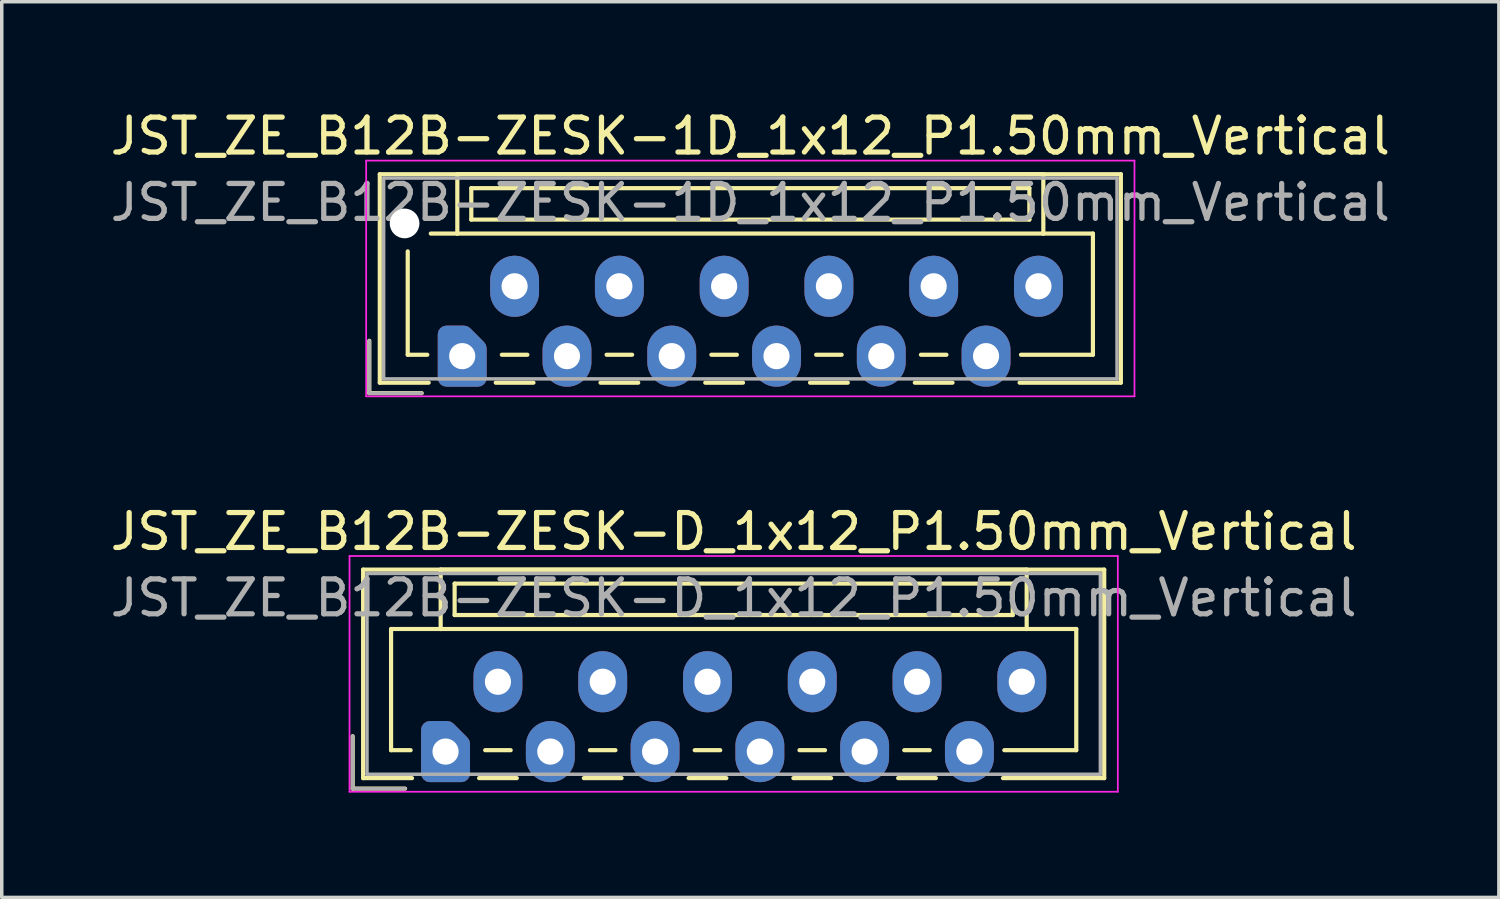
<source format=kicad_pcb>
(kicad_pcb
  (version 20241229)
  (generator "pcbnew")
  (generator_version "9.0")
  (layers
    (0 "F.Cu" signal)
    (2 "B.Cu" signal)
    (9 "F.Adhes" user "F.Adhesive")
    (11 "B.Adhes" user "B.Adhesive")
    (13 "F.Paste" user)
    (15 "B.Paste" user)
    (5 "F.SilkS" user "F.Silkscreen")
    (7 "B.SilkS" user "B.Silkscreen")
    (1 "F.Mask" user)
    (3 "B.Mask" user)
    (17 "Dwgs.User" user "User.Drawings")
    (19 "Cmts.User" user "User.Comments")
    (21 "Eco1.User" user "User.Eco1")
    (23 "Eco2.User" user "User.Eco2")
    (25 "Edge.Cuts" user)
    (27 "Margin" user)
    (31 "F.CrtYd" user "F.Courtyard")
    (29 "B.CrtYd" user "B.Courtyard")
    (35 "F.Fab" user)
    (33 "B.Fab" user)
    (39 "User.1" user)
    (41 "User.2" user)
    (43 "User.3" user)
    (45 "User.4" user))
  (footprint "JST_ZE_B12B-ZESK-1D_1x12_P1.50mm_Vertical"
    (layer "F.Cu")
    (at 10.185 7.148)
    (property "Reference" "JST_ZE_B12B-ZESK-1D_1x12_P1.50mm_Vertical" (at 8.25 -6.3 0) (layer "F.SilkS") (effects (font (size 1 1) (thickness 0.15))))
    (attr through_hole)
    (fp_line (start -2.66 -0.44) (end -2.66 1.06) (stroke (width 0.12) (type solid)) (layer "F.SilkS"))
    (fp_line (start -2.66 1.06) (end -1.16 1.06) (stroke (width 0.12) (type solid)) (layer "F.SilkS"))
    (fp_line (start -2.36 -5.21) (end 18.86 -5.21) (stroke (width 0.12) (type solid)) (layer "F.SilkS"))
    (fp_line (start -2.36 0.76) (end -2.36 -5.21) (stroke (width 0.12) (type solid)) (layer "F.SilkS"))
    (fp_line (start -1.56 -3) (end -1.56 -0.04) (stroke (width 0.12) (type solid)) (layer "F.SilkS"))
    (fp_line (start -1.56 -0.04) (end -1 -0.04) (stroke (width 0.12) (type solid)) (layer "F.SilkS"))
    (fp_line (start -0.96 0.76) (end -2.36 0.76) (stroke (width 0.12) (type solid)) (layer "F.SilkS"))
    (fp_line (start -0.14 -5.21) (end -0.14 -3.51) (stroke (width 0.12) (type solid)) (layer "F.SilkS"))
    (fp_line (start -0.14 -3.51) (end -0.9 -3.51) (stroke (width 0.12) (type solid)) (layer "F.SilkS"))
    (fp_line (start -0.14 -3.51) (end 16.64 -3.51) (stroke (width 0.12) (type solid)) (layer "F.SilkS"))
    (fp_line (start 0.26 -4.81) (end 0.26 -3.91) (stroke (width 0.12) (type solid)) (layer "F.SilkS"))
    (fp_line (start 0.26 -3.91) (end 16.24 -3.91) (stroke (width 0.12) (type solid)) (layer "F.SilkS"))
    (fp_line (start 0.96 0.76) (end 2.04 0.76) (stroke (width 0.12) (type solid)) (layer "F.SilkS"))
    (fp_line (start 1.135 -0.04) (end 1.865 -0.04) (stroke (width 0.12) (type solid)) (layer "F.SilkS"))
    (fp_line (start 3.96 0.76) (end 5.04 0.76) (stroke (width 0.12) (type solid)) (layer "F.SilkS"))
    (fp_line (start 4.135 -0.04) (end 4.865 -0.04) (stroke (width 0.12) (type solid)) (layer "F.SilkS"))
    (fp_line (start 6.96 0.76) (end 8.04 0.76) (stroke (width 0.12) (type solid)) (layer "F.SilkS"))
    (fp_line (start 7.135 -0.04) (end 7.865 -0.04) (stroke (width 0.12) (type solid)) (layer "F.SilkS"))
    (fp_line (start 9.96 0.76) (end 11.04 0.76) (stroke (width 0.12) (type solid)) (layer "F.SilkS"))
    (fp_line (start 10.135 -0.04) (end 10.865 -0.04) (stroke (width 0.12) (type solid)) (layer "F.SilkS"))
    (fp_line (start 12.96 0.76) (end 14.04 0.76) (stroke (width 0.12) (type solid)) (layer "F.SilkS"))
    (fp_line (start 13.135 -0.04) (end 13.865 -0.04) (stroke (width 0.12) (type solid)) (layer "F.SilkS"))
    (fp_line (start 16.24 -4.81) (end 0.26 -4.81) (stroke (width 0.12) (type solid)) (layer "F.SilkS"))
    (fp_line (start 16.24 -3.91) (end 16.24 -4.81) (stroke (width 0.12) (type solid)) (layer "F.SilkS"))
    (fp_line (start 16.64 -5.21) (end -0.14 -5.21) (stroke (width 0.12) (type solid)) (layer "F.SilkS"))
    (fp_line (start 16.64 -3.51) (end 16.64 -5.21) (stroke (width 0.12) (type solid)) (layer "F.SilkS"))
    (fp_line (start 16.64 -3.51) (end 18.06 -3.51) (stroke (width 0.12) (type solid)) (layer "F.SilkS"))
    (fp_line (start 18.06 -3.51) (end 18.06 -0.04) (stroke (width 0.12) (type solid)) (layer "F.SilkS"))
    (fp_line (start 18.06 -0.04) (end 16 -0.04) (stroke (width 0.12) (type solid)) (layer "F.SilkS"))
    (fp_line (start 18.86 -5.21) (end 18.86 0.76) (stroke (width 0.12) (type solid)) (layer "F.SilkS"))
    (fp_line (start 18.86 0.76) (end 15.96 0.76) (stroke (width 0.12) (type solid)) (layer "F.SilkS"))
    (fp_line (start -2.75 -5.6) (end -2.75 1.15) (stroke (width 0.05) (type solid)) (layer "F.CrtYd"))
    (fp_line (start -2.75 1.15) (end 19.25 1.15) (stroke (width 0.05) (type solid)) (layer "F.CrtYd"))
    (fp_line (start 19.25 -5.6) (end -2.75 -5.6) (stroke (width 0.05) (type solid)) (layer "F.CrtYd"))
    (fp_line (start 19.25 1.15) (end 19.25 -5.6) (stroke (width 0.05) (type solid)) (layer "F.CrtYd"))
    (fp_line (start -2.66 -0.44) (end -2.66 1.06) (stroke (width 0.1) (type solid)) (layer "F.Fab"))
    (fp_line (start -2.66 1.06) (end -1.16 1.06) (stroke (width 0.1) (type solid)) (layer "F.Fab"))
    (fp_line (start -2.25 -5.1) (end -2.25 0.65) (stroke (width 0.1) (type solid)) (layer "F.Fab"))
    (fp_line (start -2.25 0.65) (end 18.75 0.65) (stroke (width 0.1) (type solid)) (layer "F.Fab"))
    (fp_line (start 18.75 -5.1) (end -2.25 -5.1) (stroke (width 0.1) (type solid)) (layer "F.Fab"))
    (fp_line (start 18.75 0.65) (end 18.75 -5.1) (stroke (width 0.1) (type solid)) (layer "F.Fab"))
    (fp_text user "${REFERENCE}" (at 8.25 -4.4 0) (layer "F.Fab") (effects (font (size 1 1) (thickness 0.15))))
    (pad "" np_thru_hole circle (at -1.65 -3.8) (size 0.85 0.85) (drill 0.85) (layers "*.Cu" "*.Mask"))
    (pad "1" thru_hole custom (at 0 0) (size 1.117 1.117) (drill 0.75) (layers "*.Cu" "*.Mask") (options (anchor circle)) (primitives (gr_poly (pts (xy -0.45 -0.625) (xy 0.05 -0.625) (xy 0.45 -0.225) (xy 0.45 0.625) (xy -0.45 0.625)) (width 0.5) (fill yes))))
    (pad "2" thru_hole oval (at 1.5 -2) (size 1.4 1.75) (drill 0.75) (layers "*.Cu" "*.Mask"))
    (pad "3" thru_hole oval (at 3 0) (size 1.4 1.75) (drill 0.75) (layers "*.Cu" "*.Mask"))
    (pad "4" thru_hole oval (at 4.5 -2) (size 1.4 1.75) (drill 0.75) (layers "*.Cu" "*.Mask"))
    (pad "5" thru_hole oval (at 6 0) (size 1.4 1.75) (drill 0.75) (layers "*.Cu" "*.Mask"))
    (pad "6" thru_hole oval (at 7.5 -2) (size 1.4 1.75) (drill 0.75) (layers "*.Cu" "*.Mask"))
    (pad "7" thru_hole oval (at 9 0) (size 1.4 1.75) (drill 0.75) (layers "*.Cu" "*.Mask"))
    (pad "8" thru_hole oval (at 10.5 -2) (size 1.4 1.75) (drill 0.75) (layers "*.Cu" "*.Mask"))
    (pad "9" thru_hole oval (at 12 0) (size 1.4 1.75) (drill 0.75) (layers "*.Cu" "*.Mask"))
    (pad "10" thru_hole oval (at 13.5 -2) (size 1.4 1.75) (drill 0.75) (layers "*.Cu" "*.Mask"))
    (pad "11" thru_hole oval (at 15 0) (size 1.4 1.75) (drill 0.75) (layers "*.Cu" "*.Mask"))
    (pad "12" thru_hole oval (at 16.5 -2) (size 1.4 1.75) (drill 0.75) (layers "*.Cu" "*.Mask")))
  (footprint "JST_ZE_B12B-ZESK-D_1x12_P1.50mm_Vertical"
    (layer "F.Cu")
    (at 9.708 18.471)
    (property "Reference" "JST_ZE_B12B-ZESK-D_1x12_P1.50mm_Vertical" (at 8.25 -6.3 0) (layer "F.SilkS") (effects (font (size 1 1) (thickness 0.15))))
    (attr through_hole)
    (fp_line (start -2.66 -0.44) (end -2.66 1.06) (stroke (width 0.12) (type solid)) (layer "F.SilkS"))
    (fp_line (start -2.66 1.06) (end -1.16 1.06) (stroke (width 0.12) (type solid)) (layer "F.SilkS"))
    (fp_line (start -2.36 -5.21) (end 18.86 -5.21) (stroke (width 0.12) (type solid)) (layer "F.SilkS"))
    (fp_line (start -2.36 0.76) (end -2.36 -5.21) (stroke (width 0.12) (type solid)) (layer "F.SilkS"))
    (fp_line (start -1.56 -3.51) (end -1.56 -0.04) (stroke (width 0.12) (type solid)) (layer "F.SilkS"))
    (fp_line (start -1.56 -0.04) (end -1 -0.04) (stroke (width 0.12) (type solid)) (layer "F.SilkS"))
    (fp_line (start -0.96 0.76) (end -2.36 0.76) (stroke (width 0.12) (type solid)) (layer "F.SilkS"))
    (fp_line (start -0.14 -5.21) (end -0.14 -3.51) (stroke (width 0.12) (type solid)) (layer "F.SilkS"))
    (fp_line (start -0.14 -3.51) (end -1.56 -3.51) (stroke (width 0.12) (type solid)) (layer "F.SilkS"))
    (fp_line (start -0.14 -3.51) (end 16.64 -3.51) (stroke (width 0.12) (type solid)) (layer "F.SilkS"))
    (fp_line (start 0.26 -4.81) (end 0.26 -3.91) (stroke (width 0.12) (type solid)) (layer "F.SilkS"))
    (fp_line (start 0.26 -3.91) (end 16.24 -3.91) (stroke (width 0.12) (type solid)) (layer "F.SilkS"))
    (fp_line (start 0.96 0.76) (end 2.04 0.76) (stroke (width 0.12) (type solid)) (layer "F.SilkS"))
    (fp_line (start 1.135 -0.04) (end 1.865 -0.04) (stroke (width 0.12) (type solid)) (layer "F.SilkS"))
    (fp_line (start 3.96 0.76) (end 5.04 0.76) (stroke (width 0.12) (type solid)) (layer "F.SilkS"))
    (fp_line (start 4.135 -0.04) (end 4.865 -0.04) (stroke (width 0.12) (type solid)) (layer "F.SilkS"))
    (fp_line (start 6.96 0.76) (end 8.04 0.76) (stroke (width 0.12) (type solid)) (layer "F.SilkS"))
    (fp_line (start 7.135 -0.04) (end 7.865 -0.04) (stroke (width 0.12) (type solid)) (layer "F.SilkS"))
    (fp_line (start 9.96 0.76) (end 11.04 0.76) (stroke (width 0.12) (type solid)) (layer "F.SilkS"))
    (fp_line (start 10.135 -0.04) (end 10.865 -0.04) (stroke (width 0.12) (type solid)) (layer "F.SilkS"))
    (fp_line (start 12.96 0.76) (end 14.04 0.76) (stroke (width 0.12) (type solid)) (layer "F.SilkS"))
    (fp_line (start 13.135 -0.04) (end 13.865 -0.04) (stroke (width 0.12) (type solid)) (layer "F.SilkS"))
    (fp_line (start 16.24 -4.81) (end 0.26 -4.81) (stroke (width 0.12) (type solid)) (layer "F.SilkS"))
    (fp_line (start 16.24 -3.91) (end 16.24 -4.81) (stroke (width 0.12) (type solid)) (layer "F.SilkS"))
    (fp_line (start 16.64 -5.21) (end -0.14 -5.21) (stroke (width 0.12) (type solid)) (layer "F.SilkS"))
    (fp_line (start 16.64 -3.51) (end 16.64 -5.21) (stroke (width 0.12) (type solid)) (layer "F.SilkS"))
    (fp_line (start 16.64 -3.51) (end 18.06 -3.51) (stroke (width 0.12) (type solid)) (layer "F.SilkS"))
    (fp_line (start 18.06 -3.51) (end 18.06 -0.04) (stroke (width 0.12) (type solid)) (layer "F.SilkS"))
    (fp_line (start 18.06 -0.04) (end 16 -0.04) (stroke (width 0.12) (type solid)) (layer "F.SilkS"))
    (fp_line (start 18.86 -5.21) (end 18.86 0.76) (stroke (width 0.12) (type solid)) (layer "F.SilkS"))
    (fp_line (start 18.86 0.76) (end 15.96 0.76) (stroke (width 0.12) (type solid)) (layer "F.SilkS"))
    (fp_line (start -2.75 -5.6) (end -2.75 1.15) (stroke (width 0.05) (type solid)) (layer "F.CrtYd"))
    (fp_line (start -2.75 1.15) (end 19.25 1.15) (stroke (width 0.05) (type solid)) (layer "F.CrtYd"))
    (fp_line (start 19.25 -5.6) (end -2.75 -5.6) (stroke (width 0.05) (type solid)) (layer "F.CrtYd"))
    (fp_line (start 19.25 1.15) (end 19.25 -5.6) (stroke (width 0.05) (type solid)) (layer "F.CrtYd"))
    (fp_line (start -2.66 -0.44) (end -2.66 1.06) (stroke (width 0.1) (type solid)) (layer "F.Fab"))
    (fp_line (start -2.66 1.06) (end -1.16 1.06) (stroke (width 0.1) (type solid)) (layer "F.Fab"))
    (fp_line (start -2.25 -5.1) (end -2.25 0.65) (stroke (width 0.1) (type solid)) (layer "F.Fab"))
    (fp_line (start -2.25 0.65) (end 18.75 0.65) (stroke (width 0.1) (type solid)) (layer "F.Fab"))
    (fp_line (start 18.75 -5.1) (end -2.25 -5.1) (stroke (width 0.1) (type solid)) (layer "F.Fab"))
    (fp_line (start 18.75 0.65) (end 18.75 -5.1) (stroke (width 0.1) (type solid)) (layer "F.Fab"))
    (fp_text user "${REFERENCE}" (at 8.25 -4.4 0) (layer "F.Fab") (effects (font (size 1 1) (thickness 0.15))))
    (pad "1" thru_hole custom (at 0 0) (size 1.117 1.117) (drill 0.75) (layers "*.Cu" "*.Mask") (options (anchor circle)) (primitives (gr_poly (pts (xy -0.45 -0.625) (xy 0.05 -0.625) (xy 0.45 -0.225) (xy 0.45 0.625) (xy -0.45 0.625)) (width 0.5) (fill yes))))
    (pad "2" thru_hole oval (at 1.5 -2) (size 1.4 1.75) (drill 0.75) (layers "*.Cu" "*.Mask"))
    (pad "3" thru_hole oval (at 3 0) (size 1.4 1.75) (drill 0.75) (layers "*.Cu" "*.Mask"))
    (pad "4" thru_hole oval (at 4.5 -2) (size 1.4 1.75) (drill 0.75) (layers "*.Cu" "*.Mask"))
    (pad "5" thru_hole oval (at 6 0) (size 1.4 1.75) (drill 0.75) (layers "*.Cu" "*.Mask"))
    (pad "6" thru_hole oval (at 7.5 -2) (size 1.4 1.75) (drill 0.75) (layers "*.Cu" "*.Mask"))
    (pad "7" thru_hole oval (at 9 0) (size 1.4 1.75) (drill 0.75) (layers "*.Cu" "*.Mask"))
    (pad "8" thru_hole oval (at 10.5 -2) (size 1.4 1.75) (drill 0.75) (layers "*.Cu" "*.Mask"))
    (pad "9" thru_hole oval (at 12 0) (size 1.4 1.75) (drill 0.75) (layers "*.Cu" "*.Mask"))
    (pad "10" thru_hole oval (at 13.5 -2) (size 1.4 1.75) (drill 0.75) (layers "*.Cu" "*.Mask"))
    (pad "11" thru_hole oval (at 15 0) (size 1.4 1.75) (drill 0.75) (layers "*.Cu" "*.Mask"))
    (pad "12" thru_hole oval (at 16.5 -2) (size 1.4 1.75) (drill 0.75) (layers "*.Cu" "*.Mask")))
  (gr_rect
    (start -3 -3)
    (end 39.869 22.646)
    (stroke (width 0.1) (type default))
    (fill no)
    (layer "Edge.Cuts")))
</source>
